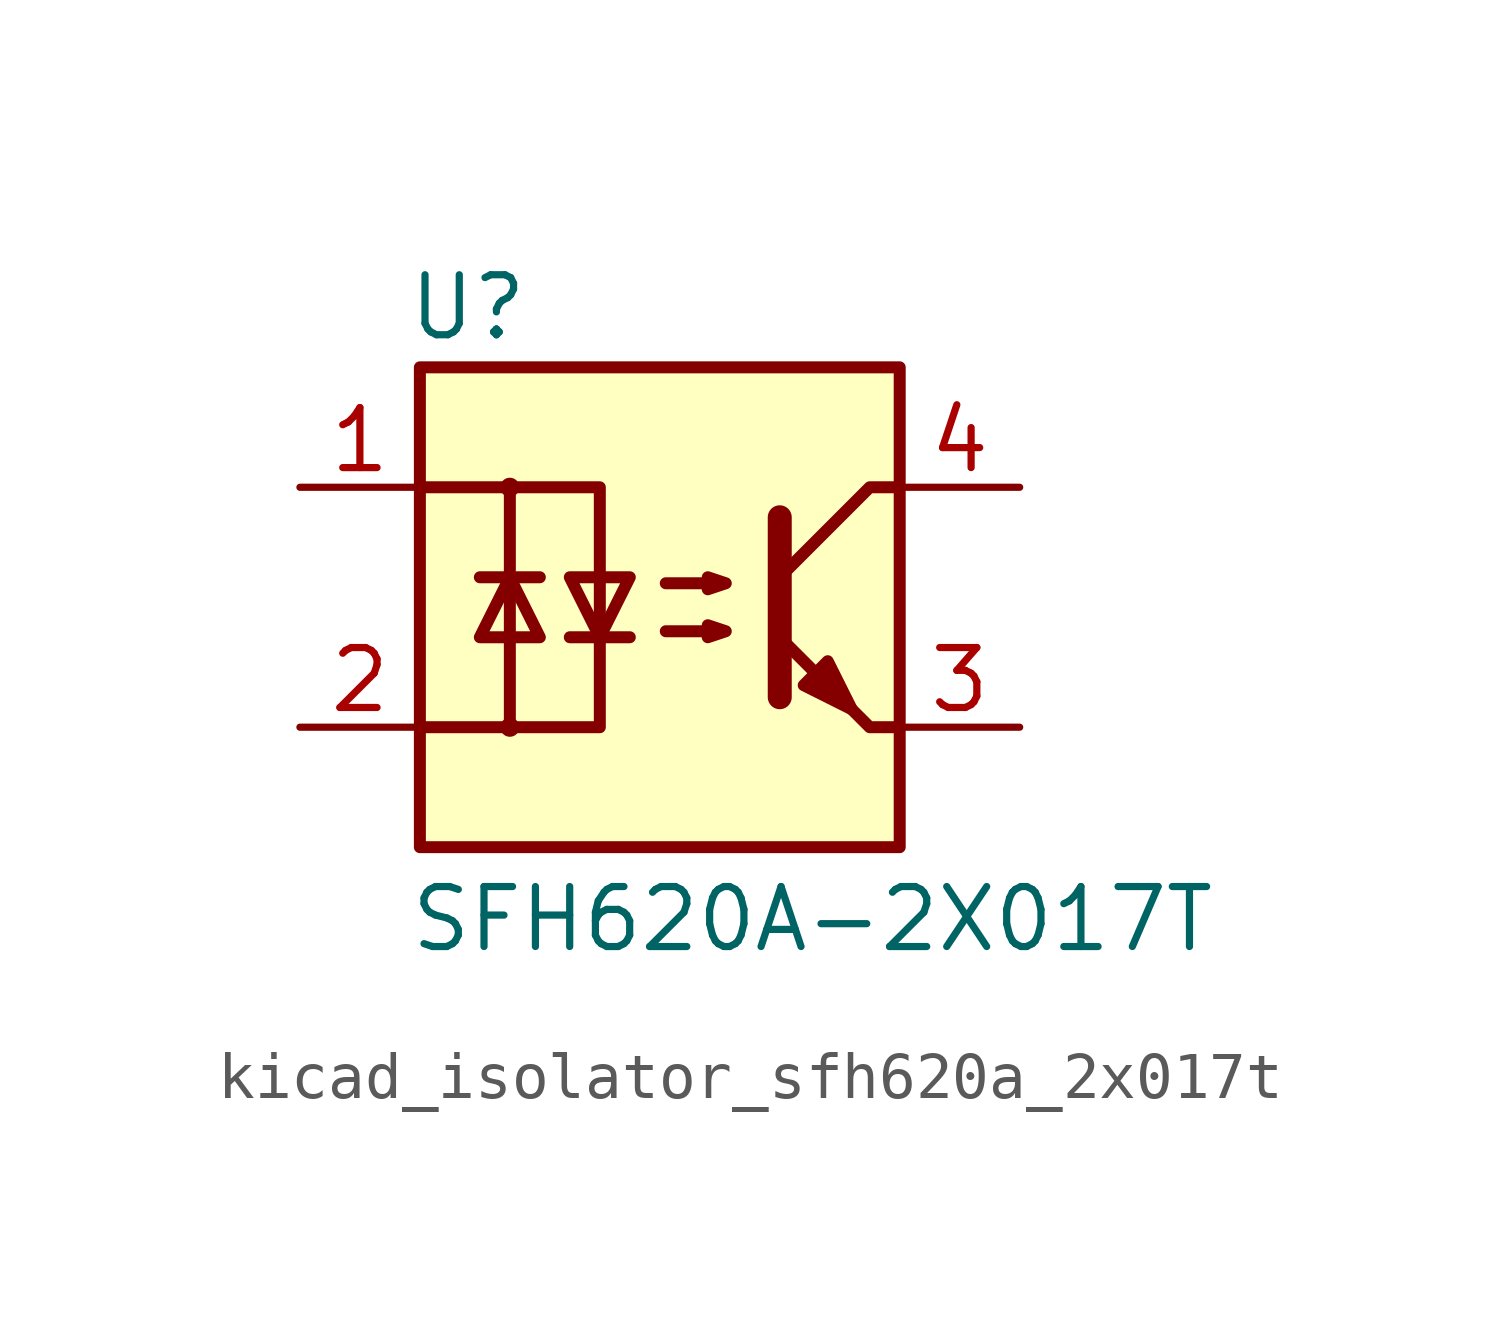
<source format=kicad_sym>
(kicad_symbol_lib
  (version 20220914)
  (generator kicad_symbol_editor)
  (symbol "kicad_isolator_sfh620a_2x017t"
    (pin_names
      (offset 1.016))
    (property "Reference" "U"
      (at -4.064 6.35 0)
      (effects (font (size 1.27 1.27))))
    (property "Value" "SFH620A-2X017T"
      (at -5.334 -6.604 0)
      (effects (font (size 1.27 1.27)) (justify left)))
    (symbol "kicad_isolator_sfh620a_2x017t_1_1"
      (rectangle (start -5.08 5.08) (end 5.08 -5.08) (stroke (width 0.254) (type default)) (fill (type background)))
      (circle (center -3.175 -2.54) (radius 0.127) (stroke (width 0) (type default)) (fill (type none)))
      (circle (center -3.175 2.54) (radius 0.127) (stroke (width 0) (type default)) (fill (type none)))
      (polyline (pts (xy -3.81 0.635) (xy -2.54 0.635)) (stroke (width 0.254) (type default)) (fill (type none)))
      (polyline (pts (xy -1.905 -0.635) (xy -0.635 -0.635)) (stroke (width 0.254) (type default)) (fill (type none)))
      (polyline (pts (xy 2.54 1.905) (xy 2.54 -1.905) (xy 2.54 -1.905)) (stroke (width 0.508) (type default)) (fill (type none)))
      (polyline (pts (xy 5.08 -2.54) (xy 4.445 -2.54) (xy 2.54 -0.635)) (stroke (width 0.254) (type default)) (fill (type none)))
      (polyline (pts (xy 5.08 2.54) (xy 4.445 2.54) (xy 2.54 0.635)) (stroke (width 0.254) (type default)) (fill (type none)))
      (polyline (pts (xy -5.08 2.54) (xy -3.175 2.54) (xy -3.175 -2.54) (xy -5.08 -2.54)) (stroke (width 0.254) (type default)) (fill (type none)))
      (polyline (pts (xy -3.175 -2.54) (xy -1.27 -2.54) (xy -1.27 2.54) (xy -3.175 2.54)) (stroke (width 0.254) (type default)) (fill (type none)))
      (polyline (pts (xy -3.175 0.635) (xy -3.81 -0.635) (xy -2.54 -0.635) (xy -3.175 0.635)) (stroke (width 0.254) (type default)) (fill (type none)))
      (polyline (pts (xy -1.27 -0.635) (xy -1.905 0.635) (xy -0.635 0.635) (xy -1.27 -0.635)) (stroke (width 0.254) (type default)) (fill (type none)))
      (polyline (pts (xy 0.127 -0.508) (xy 1.397 -0.508) (xy 1.016 -0.635) (xy 1.016 -0.381) (xy 1.397 -0.508)) (stroke (width 0.254) (type default)) (fill (type none)))
      (polyline (pts (xy 0.127 0.508) (xy 1.397 0.508) (xy 1.016 0.381) (xy 1.016 0.635) (xy 1.397 0.508)) (stroke (width 0.254) (type default)) (fill (type none)))
      (polyline (pts (xy 3.048 -1.651) (xy 3.556 -1.143) (xy 4.064 -2.159) (xy 3.048 -1.651) (xy 3.048 -1.651)) (stroke (width 0.254) (type default)) (fill (type outline)))
      (pin passive line (at -7.62 2.54 0) (length 2.54) (name "~" (effects (font (size 1.27 1.27)))) (number "1" (effects (font (size 1.27 1.27)))))
      (pin passive line (at -7.62 -2.54 0) (length 2.54) (name "~" (effects (font (size 1.27 1.27)))) (number "2" (effects (font (size 1.27 1.27)))))
      (pin passive line (at 7.62 -2.54 180) (length 2.54) (name "~" (effects (font (size 1.27 1.27)))) (number "3" (effects (font (size 1.27 1.27)))))
      (pin passive line (at 7.62 2.54 180) (length 2.54) (name "~" (effects (font (size 1.27 1.27)))) (number "4" (effects (font (size 1.27 1.27))))))))
</source>
